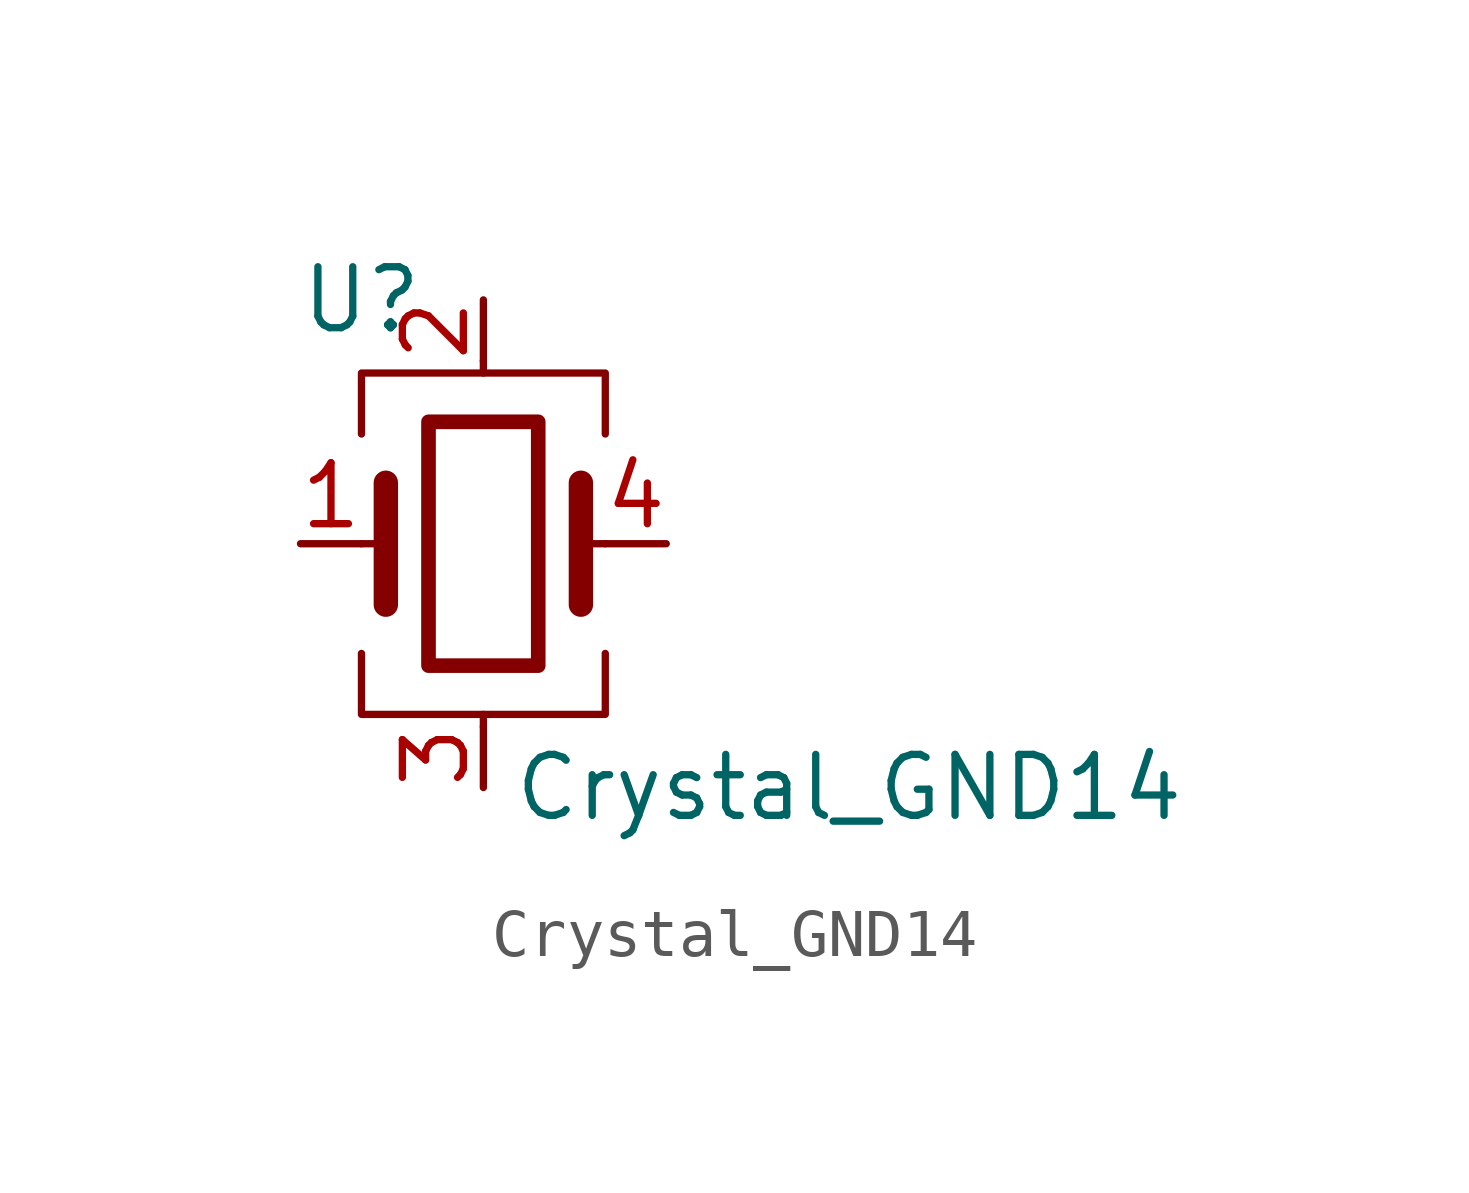
<source format=kicad_sym>
(kicad_symbol_lib
  (version 20220914)
  (generator kicad_symbol_editor)
  (symbol "Crystal_GND14"
    (pin_names hide)
    (property "Reference" "U"
      (at -2.54 5.08 0)
      (effects (font (size 1.27 1.27))))
    (property "Value" "Crystal_GND14"
      (at 7.62 -5.08 0)
      (effects (font (size 1.27 1.27))))
    (symbol "Crystal_GND14_0_1"
      (rectangle (start -1.143 2.54) (end 1.143 -2.54) (stroke (width 0.305) (type default)) (fill (type none)))
      (polyline (pts (xy -2.54 0) (xy -2.032 0)) (stroke (width 0) (type default)) (fill (type none)))
      (polyline (pts (xy -2.032 -1.27) (xy -2.032 1.27)) (stroke (width 0.508) (type default)) (fill (type none)))
      (polyline (pts (xy 0 -3.81) (xy 0 -3.556)) (stroke (width 0) (type default)) (fill (type none)))
      (polyline (pts (xy 0 3.556) (xy 0 3.81)) (stroke (width 0) (type default)) (fill (type none)))
      (polyline (pts (xy 2.032 -1.27) (xy 2.032 1.27)) (stroke (width 0.508) (type default)) (fill (type none)))
      (polyline (pts (xy 2.032 0) (xy 2.54 0)) (stroke (width 0) (type default)) (fill (type none)))
      (polyline (pts (xy -2.54 -2.286) (xy -2.54 -3.556) (xy 2.54 -3.556) (xy 2.54 -2.286)) (stroke (width 0) (type default)) (fill (type none)))
      (polyline (pts (xy -2.54 2.286) (xy -2.54 3.556) (xy 2.54 3.556) (xy 2.54 2.286)) (stroke (width 0) (type default)) (fill (type none))))
    (symbol "Crystal_GND14_1_1"
      (pin passive line (at -3.81 0 0) (length 1.27) (name "1" (effects (font (size 1.27 1.27)))) (number "1" (effects (font (size 1.27 1.27)))))
      (pin power_out line (at 0 5.08 270) (length 1.27) (name "GND" (effects (font (size 1.27 1.27)))) (number "2" (effects (font (size 1.27 1.27)))))
      (pin power_out line (at 0 -5.08 90) (length 1.27) (name "GND" (effects (font (size 1.27 1.27)))) (number "3" (effects (font (size 1.27 1.27)))))
      (pin passive line (at 3.81 0 180) (length 1.27) (name "4" (effects (font (size 1.27 1.27)))) (number "4" (effects (font (size 1.27 1.27))))))))
</source>
